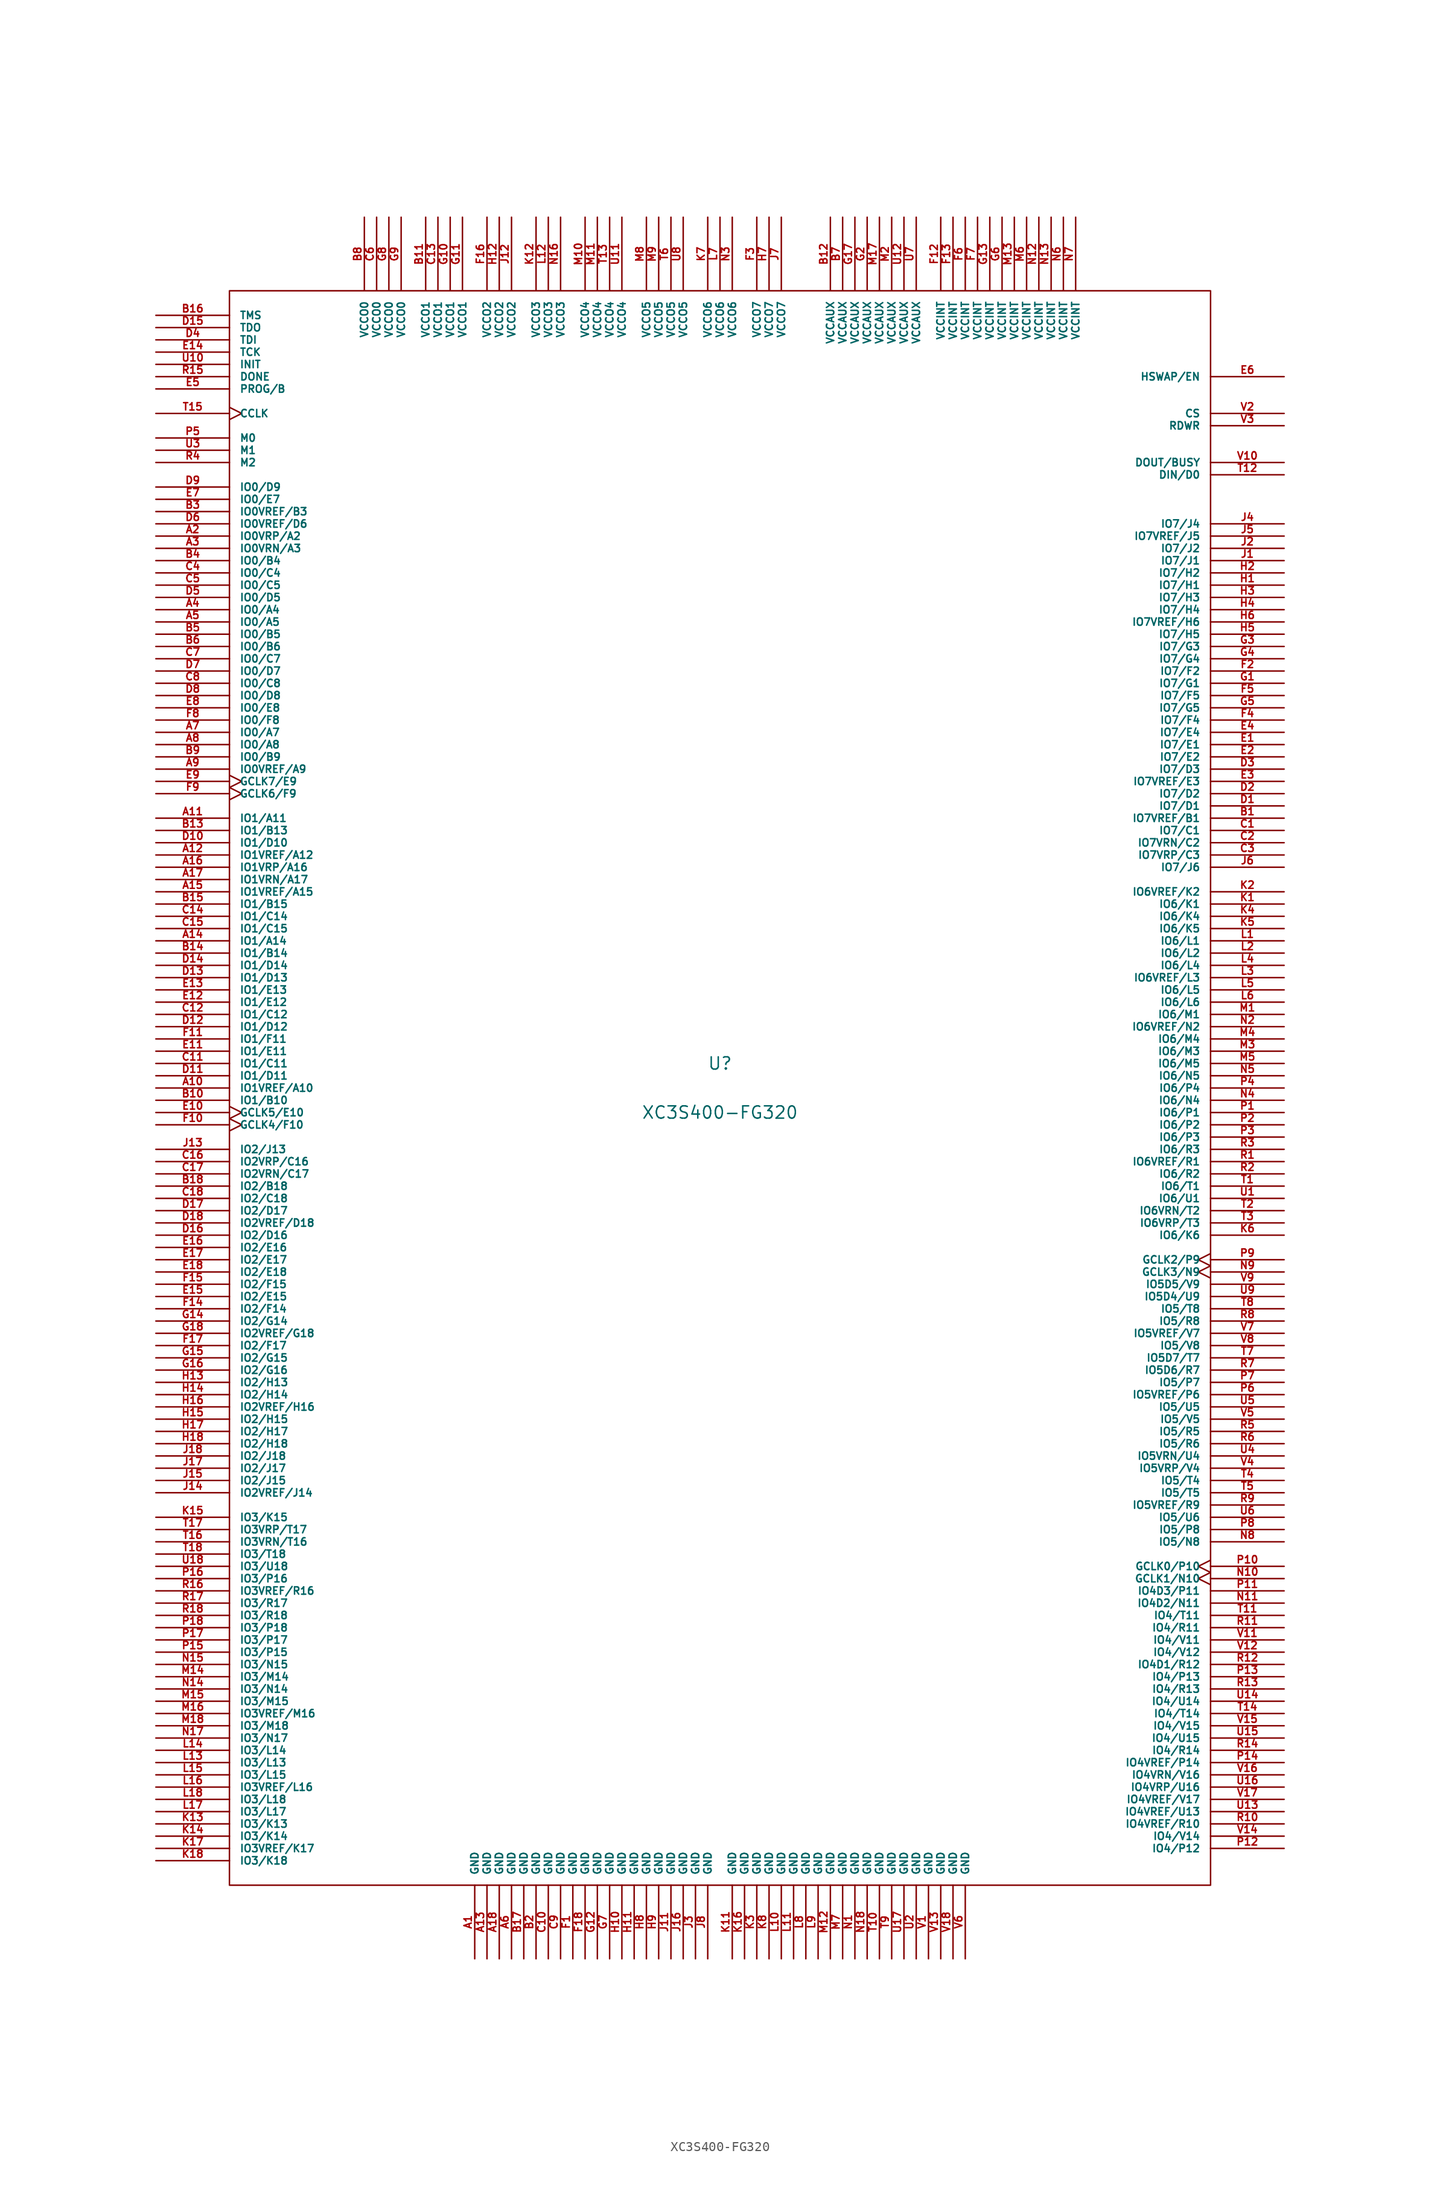
<source format=kicad_sym>
(kicad_symbol_lib
  (version 20201005)
  (generator kicad_symbol_editor)
  (symbol "XC3S400-FG320"
    (pin_names
      (offset 1.016))
    (property "Reference" "U"
      (at 0 2.54 0)
      (effects (font (size 1.27 1.27))))
    (property "Value" "XC3S400-FG320"
      (at 0 -2.54 0)
      (effects (font (size 1.27 1.27))))
    (symbol "XC3S400-FG320_0_1"
      (rectangle (start -50.8 -82.55) (end 50.8 82.55) (stroke (width 0)) (fill (type none))))
    (symbol "XC3S400-FG320_1_1"
      (pin power_in line (at -25.4 -90.17 90) (length 7.62) (name "GND" (effects (font (size 0.762 0.762)))) (number "A1" (effects (font (size 0.762 0.762)))))
      (pin bidirectional line (at -58.42 0 0) (length 7.62) (name "IO1VREF/A10" (effects (font (size 0.762 0.762)))) (number "A10" (effects (font (size 0.762 0.762)))))
      (pin bidirectional line (at -58.42 27.94 0) (length 7.62) (name "IO1/A11" (effects (font (size 0.762 0.762)))) (number "A11" (effects (font (size 0.762 0.762)))))
      (pin bidirectional line (at -58.42 24.13 0) (length 7.62) (name "IO1VREF/A12" (effects (font (size 0.762 0.762)))) (number "A12" (effects (font (size 0.762 0.762)))))
      (pin power_in line (at -24.13 -90.17 90) (length 7.62) (name "GND" (effects (font (size 0.762 0.762)))) (number "A13" (effects (font (size 0.762 0.762)))))
      (pin bidirectional line (at -58.42 15.24 0) (length 7.62) (name "IO1/A14" (effects (font (size 0.762 0.762)))) (number "A14" (effects (font (size 0.762 0.762)))))
      (pin bidirectional line (at -58.42 20.32 0) (length 7.62) (name "IO1VREF/A15" (effects (font (size 0.762 0.762)))) (number "A15" (effects (font (size 0.762 0.762)))))
      (pin bidirectional line (at -58.42 22.86 0) (length 7.62) (name "IO1VRP/A16" (effects (font (size 0.762 0.762)))) (number "A16" (effects (font (size 0.762 0.762)))))
      (pin bidirectional line (at -58.42 21.59 0) (length 7.62) (name "IO1VRN/A17" (effects (font (size 0.762 0.762)))) (number "A17" (effects (font (size 0.762 0.762)))))
      (pin power_in line (at -22.86 -90.17 90) (length 7.62) (name "GND" (effects (font (size 0.762 0.762)))) (number "A18" (effects (font (size 0.762 0.762)))))
      (pin bidirectional line (at -58.42 57.15 0) (length 7.62) (name "IO0VRP/A2" (effects (font (size 0.762 0.762)))) (number "A2" (effects (font (size 0.762 0.762)))))
      (pin bidirectional line (at -58.42 55.88 0) (length 7.62) (name "IO0VRN/A3" (effects (font (size 0.762 0.762)))) (number "A3" (effects (font (size 0.762 0.762)))))
      (pin bidirectional line (at -58.42 49.53 0) (length 7.62) (name "IO0/A4" (effects (font (size 0.762 0.762)))) (number "A4" (effects (font (size 0.762 0.762)))))
      (pin bidirectional line (at -58.42 48.26 0) (length 7.62) (name "IO0/A5" (effects (font (size 0.762 0.762)))) (number "A5" (effects (font (size 0.762 0.762)))))
      (pin power_in line (at -21.59 -90.17 90) (length 7.62) (name "GND" (effects (font (size 0.762 0.762)))) (number "A6" (effects (font (size 0.762 0.762)))))
      (pin bidirectional line (at -58.42 36.83 0) (length 7.62) (name "IO0/A7" (effects (font (size 0.762 0.762)))) (number "A7" (effects (font (size 0.762 0.762)))))
      (pin bidirectional line (at -58.42 35.56 0) (length 7.62) (name "IO0/A8" (effects (font (size 0.762 0.762)))) (number "A8" (effects (font (size 0.762 0.762)))))
      (pin bidirectional line (at -58.42 33.02 0) (length 7.62) (name "IO0VREF/A9" (effects (font (size 0.762 0.762)))) (number "A9" (effects (font (size 0.762 0.762)))))
      (pin bidirectional line (at 58.42 27.94 180) (length 7.62) (name "IO7VREF/B1" (effects (font (size 0.762 0.762)))) (number "B1" (effects (font (size 0.762 0.762)))))
      (pin bidirectional line (at -58.42 -1.27 0) (length 7.62) (name "IO1/B10" (effects (font (size 0.762 0.762)))) (number "B10" (effects (font (size 0.762 0.762)))))
      (pin power_in line (at -30.48 90.17 270) (length 7.62) (name "VCCO1" (effects (font (size 0.762 0.762)))) (number "B11" (effects (font (size 0.762 0.762)))))
      (pin power_in line (at 11.43 90.17 270) (length 7.62) (name "VCCAUX" (effects (font (size 0.762 0.762)))) (number "B12" (effects (font (size 0.762 0.762)))))
      (pin bidirectional line (at -58.42 26.67 0) (length 7.62) (name "IO1/B13" (effects (font (size 0.762 0.762)))) (number "B13" (effects (font (size 0.762 0.762)))))
      (pin bidirectional line (at -58.42 13.97 0) (length 7.62) (name "IO1/B14" (effects (font (size 0.762 0.762)))) (number "B14" (effects (font (size 0.762 0.762)))))
      (pin bidirectional line (at -58.42 19.05 0) (length 7.62) (name "IO1/B15" (effects (font (size 0.762 0.762)))) (number "B15" (effects (font (size 0.762 0.762)))))
      (pin input line (at -58.42 80.01 0) (length 7.62) (name "TMS" (effects (font (size 0.762 0.762)))) (number "B16" (effects (font (size 0.762 0.762)))))
      (pin power_in line (at -20.32 -90.17 90) (length 7.62) (name "GND" (effects (font (size 0.762 0.762)))) (number "B17" (effects (font (size 0.762 0.762)))))
      (pin bidirectional line (at -58.42 -10.16 0) (length 7.62) (name "IO2/B18" (effects (font (size 0.762 0.762)))) (number "B18" (effects (font (size 0.762 0.762)))))
      (pin power_in line (at -19.05 -90.17 90) (length 7.62) (name "GND" (effects (font (size 0.762 0.762)))) (number "B2" (effects (font (size 0.762 0.762)))))
      (pin bidirectional line (at -58.42 59.69 0) (length 7.62) (name "IO0VREF/B3" (effects (font (size 0.762 0.762)))) (number "B3" (effects (font (size 0.762 0.762)))))
      (pin bidirectional line (at -58.42 54.61 0) (length 7.62) (name "IO0/B4" (effects (font (size 0.762 0.762)))) (number "B4" (effects (font (size 0.762 0.762)))))
      (pin bidirectional line (at -58.42 46.99 0) (length 7.62) (name "IO0/B5" (effects (font (size 0.762 0.762)))) (number "B5" (effects (font (size 0.762 0.762)))))
      (pin bidirectional line (at -58.42 45.72 0) (length 7.62) (name "IO0/B6" (effects (font (size 0.762 0.762)))) (number "B6" (effects (font (size 0.762 0.762)))))
      (pin power_in line (at 12.7 90.17 270) (length 7.62) (name "VCCAUX" (effects (font (size 0.762 0.762)))) (number "B7" (effects (font (size 0.762 0.762)))))
      (pin power_in line (at -36.83 90.17 270) (length 7.62) (name "VCCO0" (effects (font (size 0.762 0.762)))) (number "B8" (effects (font (size 0.762 0.762)))))
      (pin bidirectional line (at -58.42 34.29 0) (length 7.62) (name "IO0/B9" (effects (font (size 0.762 0.762)))) (number "B9" (effects (font (size 0.762 0.762)))))
      (pin bidirectional line (at 58.42 26.67 180) (length 7.62) (name "IO7/C1" (effects (font (size 0.762 0.762)))) (number "C1" (effects (font (size 0.762 0.762)))))
      (pin power_in line (at -17.78 -90.17 90) (length 7.62) (name "GND" (effects (font (size 0.762 0.762)))) (number "C10" (effects (font (size 0.762 0.762)))))
      (pin bidirectional line (at -58.42 2.54 0) (length 7.62) (name "IO1/C11" (effects (font (size 0.762 0.762)))) (number "C11" (effects (font (size 0.762 0.762)))))
      (pin bidirectional line (at -58.42 7.62 0) (length 7.62) (name "IO1/C12" (effects (font (size 0.762 0.762)))) (number "C12" (effects (font (size 0.762 0.762)))))
      (pin power_in line (at -29.21 90.17 270) (length 7.62) (name "VCCO1" (effects (font (size 0.762 0.762)))) (number "C13" (effects (font (size 0.762 0.762)))))
      (pin bidirectional line (at -58.42 17.78 0) (length 7.62) (name "IO1/C14" (effects (font (size 0.762 0.762)))) (number "C14" (effects (font (size 0.762 0.762)))))
      (pin bidirectional line (at -58.42 16.51 0) (length 7.62) (name "IO1/C15" (effects (font (size 0.762 0.762)))) (number "C15" (effects (font (size 0.762 0.762)))))
      (pin bidirectional line (at -58.42 -7.62 0) (length 7.62) (name "IO2VRP/C16" (effects (font (size 0.762 0.762)))) (number "C16" (effects (font (size 0.762 0.762)))))
      (pin bidirectional line (at -58.42 -8.89 0) (length 7.62) (name "IO2VRN/C17" (effects (font (size 0.762 0.762)))) (number "C17" (effects (font (size 0.762 0.762)))))
      (pin bidirectional line (at -58.42 -11.43 0) (length 7.62) (name "IO2/C18" (effects (font (size 0.762 0.762)))) (number "C18" (effects (font (size 0.762 0.762)))))
      (pin bidirectional line (at 58.42 25.4 180) (length 7.62) (name "IO7VRN/C2" (effects (font (size 0.762 0.762)))) (number "C2" (effects (font (size 0.762 0.762)))))
      (pin bidirectional line (at 58.42 24.13 180) (length 7.62) (name "IO7VRP/C3" (effects (font (size 0.762 0.762)))) (number "C3" (effects (font (size 0.762 0.762)))))
      (pin bidirectional line (at -58.42 53.34 0) (length 7.62) (name "IO0/C4" (effects (font (size 0.762 0.762)))) (number "C4" (effects (font (size 0.762 0.762)))))
      (pin bidirectional line (at -58.42 52.07 0) (length 7.62) (name "IO0/C5" (effects (font (size 0.762 0.762)))) (number "C5" (effects (font (size 0.762 0.762)))))
      (pin power_in line (at -35.56 90.17 270) (length 7.62) (name "VCCO0" (effects (font (size 0.762 0.762)))) (number "C6" (effects (font (size 0.762 0.762)))))
      (pin bidirectional line (at -58.42 44.45 0) (length 7.62) (name "IO0/C7" (effects (font (size 0.762 0.762)))) (number "C7" (effects (font (size 0.762 0.762)))))
      (pin bidirectional line (at -58.42 41.91 0) (length 7.62) (name "IO0/C8" (effects (font (size 0.762 0.762)))) (number "C8" (effects (font (size 0.762 0.762)))))
      (pin power_in line (at -16.51 -90.17 90) (length 7.62) (name "GND" (effects (font (size 0.762 0.762)))) (number "C9" (effects (font (size 0.762 0.762)))))
      (pin bidirectional line (at 58.42 29.21 180) (length 7.62) (name "IO7/D1" (effects (font (size 0.762 0.762)))) (number "D1" (effects (font (size 0.762 0.762)))))
      (pin bidirectional line (at -58.42 25.4 0) (length 7.62) (name "IO1/D10" (effects (font (size 0.762 0.762)))) (number "D10" (effects (font (size 0.762 0.762)))))
      (pin bidirectional line (at -58.42 1.27 0) (length 7.62) (name "IO1/D11" (effects (font (size 0.762 0.762)))) (number "D11" (effects (font (size 0.762 0.762)))))
      (pin bidirectional line (at -58.42 6.35 0) (length 7.62) (name "IO1/D12" (effects (font (size 0.762 0.762)))) (number "D12" (effects (font (size 0.762 0.762)))))
      (pin bidirectional line (at -58.42 11.43 0) (length 7.62) (name "IO1/D13" (effects (font (size 0.762 0.762)))) (number "D13" (effects (font (size 0.762 0.762)))))
      (pin bidirectional line (at -58.42 12.7 0) (length 7.62) (name "IO1/D14" (effects (font (size 0.762 0.762)))) (number "D14" (effects (font (size 0.762 0.762)))))
      (pin output line (at -58.42 78.74 0) (length 7.62) (name "TDO" (effects (font (size 0.762 0.762)))) (number "D15" (effects (font (size 0.762 0.762)))))
      (pin bidirectional line (at -58.42 -15.24 0) (length 7.62) (name "IO2/D16" (effects (font (size 0.762 0.762)))) (number "D16" (effects (font (size 0.762 0.762)))))
      (pin bidirectional line (at -58.42 -12.7 0) (length 7.62) (name "IO2/D17" (effects (font (size 0.762 0.762)))) (number "D17" (effects (font (size 0.762 0.762)))))
      (pin bidirectional line (at -58.42 -13.97 0) (length 7.62) (name "IO2VREF/D18" (effects (font (size 0.762 0.762)))) (number "D18" (effects (font (size 0.762 0.762)))))
      (pin bidirectional line (at 58.42 30.48 180) (length 7.62) (name "IO7/D2" (effects (font (size 0.762 0.762)))) (number "D2" (effects (font (size 0.762 0.762)))))
      (pin bidirectional line (at 58.42 33.02 180) (length 7.62) (name "IO7/D3" (effects (font (size 0.762 0.762)))) (number "D3" (effects (font (size 0.762 0.762)))))
      (pin input line (at -58.42 77.47 0) (length 7.62) (name "TDI" (effects (font (size 0.762 0.762)))) (number "D4" (effects (font (size 0.762 0.762)))))
      (pin bidirectional line (at -58.42 50.8 0) (length 7.62) (name "IO0/D5" (effects (font (size 0.762 0.762)))) (number "D5" (effects (font (size 0.762 0.762)))))
      (pin bidirectional line (at -58.42 58.42 0) (length 7.62) (name "IO0VREF/D6" (effects (font (size 0.762 0.762)))) (number "D6" (effects (font (size 0.762 0.762)))))
      (pin bidirectional line (at -58.42 43.18 0) (length 7.62) (name "IO0/D7" (effects (font (size 0.762 0.762)))) (number "D7" (effects (font (size 0.762 0.762)))))
      (pin bidirectional line (at -58.42 40.64 0) (length 7.62) (name "IO0/D8" (effects (font (size 0.762 0.762)))) (number "D8" (effects (font (size 0.762 0.762)))))
      (pin bidirectional line (at -58.42 62.23 0) (length 7.62) (name "IO0/D9" (effects (font (size 0.762 0.762)))) (number "D9" (effects (font (size 0.762 0.762)))))
      (pin bidirectional line (at 58.42 35.56 180) (length 7.62) (name "IO7/E1" (effects (font (size 0.762 0.762)))) (number "E1" (effects (font (size 0.762 0.762)))))
      (pin input clock (at -58.42 -2.54 0) (length 7.62) (name "GCLK5/E10" (effects (font (size 0.762 0.762)))) (number "E10" (effects (font (size 0.762 0.762)))))
      (pin bidirectional line (at -58.42 3.81 0) (length 7.62) (name "IO1/E11" (effects (font (size 0.762 0.762)))) (number "E11" (effects (font (size 0.762 0.762)))))
      (pin bidirectional line (at -58.42 8.89 0) (length 7.62) (name "IO1/E12" (effects (font (size 0.762 0.762)))) (number "E12" (effects (font (size 0.762 0.762)))))
      (pin bidirectional line (at -58.42 10.16 0) (length 7.62) (name "IO1/E13" (effects (font (size 0.762 0.762)))) (number "E13" (effects (font (size 0.762 0.762)))))
      (pin input line (at -58.42 76.2 0) (length 7.62) (name "TCK" (effects (font (size 0.762 0.762)))) (number "E14" (effects (font (size 0.762 0.762)))))
      (pin bidirectional line (at -58.42 -21.59 0) (length 7.62) (name "IO2/E15" (effects (font (size 0.762 0.762)))) (number "E15" (effects (font (size 0.762 0.762)))))
      (pin bidirectional line (at -58.42 -16.51 0) (length 7.62) (name "IO2/E16" (effects (font (size 0.762 0.762)))) (number "E16" (effects (font (size 0.762 0.762)))))
      (pin bidirectional line (at -58.42 -17.78 0) (length 7.62) (name "IO2/E17" (effects (font (size 0.762 0.762)))) (number "E17" (effects (font (size 0.762 0.762)))))
      (pin bidirectional line (at -58.42 -19.05 0) (length 7.62) (name "IO2/E18" (effects (font (size 0.762 0.762)))) (number "E18" (effects (font (size 0.762 0.762)))))
      (pin bidirectional line (at 58.42 34.29 180) (length 7.62) (name "IO7/E2" (effects (font (size 0.762 0.762)))) (number "E2" (effects (font (size 0.762 0.762)))))
      (pin bidirectional line (at 58.42 31.75 180) (length 7.62) (name "IO7VREF/E3" (effects (font (size 0.762 0.762)))) (number "E3" (effects (font (size 0.762 0.762)))))
      (pin bidirectional line (at 58.42 36.83 180) (length 7.62) (name "IO7/E4" (effects (font (size 0.762 0.762)))) (number "E4" (effects (font (size 0.762 0.762)))))
      (pin input line (at -58.42 72.39 0) (length 7.62) (name "PROG/B" (effects (font (size 0.762 0.762)))) (number "E5" (effects (font (size 0.762 0.762)))))
      (pin input line (at 58.42 73.66 180) (length 7.62) (name "HSWAP/EN" (effects (font (size 0.762 0.762)))) (number "E6" (effects (font (size 0.762 0.762)))))
      (pin bidirectional line (at -58.42 60.96 0) (length 7.62) (name "IO0/E7" (effects (font (size 0.762 0.762)))) (number "E7" (effects (font (size 0.762 0.762)))))
      (pin bidirectional line (at -58.42 39.37 0) (length 7.62) (name "IO0/E8" (effects (font (size 0.762 0.762)))) (number "E8" (effects (font (size 0.762 0.762)))))
      (pin input clock (at -58.42 31.75 0) (length 7.62) (name "GCLK7/E9" (effects (font (size 0.762 0.762)))) (number "E9" (effects (font (size 0.762 0.762)))))
      (pin power_in line (at -15.24 -90.17 90) (length 7.62) (name "GND" (effects (font (size 0.762 0.762)))) (number "F1" (effects (font (size 0.762 0.762)))))
      (pin input clock (at -58.42 -3.81 0) (length 7.62) (name "GCLK4/F10" (effects (font (size 0.762 0.762)))) (number "F10" (effects (font (size 0.762 0.762)))))
      (pin bidirectional line (at -58.42 5.08 0) (length 7.62) (name "IO1/F11" (effects (font (size 0.762 0.762)))) (number "F11" (effects (font (size 0.762 0.762)))))
      (pin power_in line (at 22.86 90.17 270) (length 7.62) (name "VCCINT" (effects (font (size 0.762 0.762)))) (number "F12" (effects (font (size 0.762 0.762)))))
      (pin power_in line (at 24.13 90.17 270) (length 7.62) (name "VCCINT" (effects (font (size 0.762 0.762)))) (number "F13" (effects (font (size 0.762 0.762)))))
      (pin bidirectional line (at -58.42 -22.86 0) (length 7.62) (name "IO2/F14" (effects (font (size 0.762 0.762)))) (number "F14" (effects (font (size 0.762 0.762)))))
      (pin bidirectional line (at -58.42 -20.32 0) (length 7.62) (name "IO2/F15" (effects (font (size 0.762 0.762)))) (number "F15" (effects (font (size 0.762 0.762)))))
      (pin power_in line (at -24.13 90.17 270) (length 7.62) (name "VCCO2" (effects (font (size 0.762 0.762)))) (number "F16" (effects (font (size 0.762 0.762)))))
      (pin bidirectional line (at -58.42 -26.67 0) (length 7.62) (name "IO2/F17" (effects (font (size 0.762 0.762)))) (number "F17" (effects (font (size 0.762 0.762)))))
      (pin power_in line (at -13.97 -90.17 90) (length 7.62) (name "GND" (effects (font (size 0.762 0.762)))) (number "F18" (effects (font (size 0.762 0.762)))))
      (pin bidirectional line (at 58.42 43.18 180) (length 7.62) (name "IO7/F2" (effects (font (size 0.762 0.762)))) (number "F2" (effects (font (size 0.762 0.762)))))
      (pin power_in line (at 3.81 90.17 270) (length 7.62) (name "VCCO7" (effects (font (size 0.762 0.762)))) (number "F3" (effects (font (size 0.762 0.762)))))
      (pin bidirectional line (at 58.42 38.1 180) (length 7.62) (name "IO7/F4" (effects (font (size 0.762 0.762)))) (number "F4" (effects (font (size 0.762 0.762)))))
      (pin bidirectional line (at 58.42 40.64 180) (length 7.62) (name "IO7/F5" (effects (font (size 0.762 0.762)))) (number "F5" (effects (font (size 0.762 0.762)))))
      (pin power_in line (at 25.4 90.17 270) (length 7.62) (name "VCCINT" (effects (font (size 0.762 0.762)))) (number "F6" (effects (font (size 0.762 0.762)))))
      (pin power_in line (at 26.67 90.17 270) (length 7.62) (name "VCCINT" (effects (font (size 0.762 0.762)))) (number "F7" (effects (font (size 0.762 0.762)))))
      (pin bidirectional line (at -58.42 38.1 0) (length 7.62) (name "IO0/F8" (effects (font (size 0.762 0.762)))) (number "F8" (effects (font (size 0.762 0.762)))))
      (pin input clock (at -58.42 30.48 0) (length 7.62) (name "GCLK6/F9" (effects (font (size 0.762 0.762)))) (number "F9" (effects (font (size 0.762 0.762)))))
      (pin bidirectional line (at 58.42 41.91 180) (length 7.62) (name "IO7/G1" (effects (font (size 0.762 0.762)))) (number "G1" (effects (font (size 0.762 0.762)))))
      (pin power_in line (at -27.94 90.17 270) (length 7.62) (name "VCCO1" (effects (font (size 0.762 0.762)))) (number "G10" (effects (font (size 0.762 0.762)))))
      (pin power_in line (at -26.67 90.17 270) (length 7.62) (name "VCCO1" (effects (font (size 0.762 0.762)))) (number "G11" (effects (font (size 0.762 0.762)))))
      (pin power_in line (at -12.7 -90.17 90) (length 7.62) (name "GND" (effects (font (size 0.762 0.762)))) (number "G12" (effects (font (size 0.762 0.762)))))
      (pin power_in line (at 27.94 90.17 270) (length 7.62) (name "VCCINT" (effects (font (size 0.762 0.762)))) (number "G13" (effects (font (size 0.762 0.762)))))
      (pin bidirectional line (at -58.42 -24.13 0) (length 7.62) (name "IO2/G14" (effects (font (size 0.762 0.762)))) (number "G14" (effects (font (size 0.762 0.762)))))
      (pin bidirectional line (at -58.42 -27.94 0) (length 7.62) (name "IO2/G15" (effects (font (size 0.762 0.762)))) (number "G15" (effects (font (size 0.762 0.762)))))
      (pin bidirectional line (at -58.42 -29.21 0) (length 7.62) (name "IO2/G16" (effects (font (size 0.762 0.762)))) (number "G16" (effects (font (size 0.762 0.762)))))
      (pin power_in line (at 13.97 90.17 270) (length 7.62) (name "VCCAUX" (effects (font (size 0.762 0.762)))) (number "G17" (effects (font (size 0.762 0.762)))))
      (pin bidirectional line (at -58.42 -25.4 0) (length 7.62) (name "IO2VREF/G18" (effects (font (size 0.762 0.762)))) (number "G18" (effects (font (size 0.762 0.762)))))
      (pin power_in line (at 15.24 90.17 270) (length 7.62) (name "VCCAUX" (effects (font (size 0.762 0.762)))) (number "G2" (effects (font (size 0.762 0.762)))))
      (pin bidirectional line (at 58.42 45.72 180) (length 7.62) (name "IO7/G3" (effects (font (size 0.762 0.762)))) (number "G3" (effects (font (size 0.762 0.762)))))
      (pin bidirectional line (at 58.42 44.45 180) (length 7.62) (name "IO7/G4" (effects (font (size 0.762 0.762)))) (number "G4" (effects (font (size 0.762 0.762)))))
      (pin bidirectional line (at 58.42 39.37 180) (length 7.62) (name "IO7/G5" (effects (font (size 0.762 0.762)))) (number "G5" (effects (font (size 0.762 0.762)))))
      (pin power_in line (at 29.21 90.17 270) (length 7.62) (name "VCCINT" (effects (font (size 0.762 0.762)))) (number "G6" (effects (font (size 0.762 0.762)))))
      (pin power_in line (at -11.43 -90.17 90) (length 7.62) (name "GND" (effects (font (size 0.762 0.762)))) (number "G7" (effects (font (size 0.762 0.762)))))
      (pin power_in line (at -34.29 90.17 270) (length 7.62) (name "VCCO0" (effects (font (size 0.762 0.762)))) (number "G8" (effects (font (size 0.762 0.762)))))
      (pin power_in line (at -33.02 90.17 270) (length 7.62) (name "VCCO0" (effects (font (size 0.762 0.762)))) (number "G9" (effects (font (size 0.762 0.762)))))
      (pin bidirectional line (at 58.42 52.07 180) (length 7.62) (name "IO7/H1" (effects (font (size 0.762 0.762)))) (number "H1" (effects (font (size 0.762 0.762)))))
      (pin power_in line (at -10.16 -90.17 90) (length 7.62) (name "GND" (effects (font (size 0.762 0.762)))) (number "H10" (effects (font (size 0.762 0.762)))))
      (pin power_in line (at -8.89 -90.17 90) (length 7.62) (name "GND" (effects (font (size 0.762 0.762)))) (number "H11" (effects (font (size 0.762 0.762)))))
      (pin power_in line (at -22.86 90.17 270) (length 7.62) (name "VCCO2" (effects (font (size 0.762 0.762)))) (number "H12" (effects (font (size 0.762 0.762)))))
      (pin bidirectional line (at -58.42 -30.48 0) (length 7.62) (name "IO2/H13" (effects (font (size 0.762 0.762)))) (number "H13" (effects (font (size 0.762 0.762)))))
      (pin bidirectional line (at -58.42 -31.75 0) (length 7.62) (name "IO2/H14" (effects (font (size 0.762 0.762)))) (number "H14" (effects (font (size 0.762 0.762)))))
      (pin bidirectional line (at -58.42 -34.29 0) (length 7.62) (name "IO2/H15" (effects (font (size 0.762 0.762)))) (number "H15" (effects (font (size 0.762 0.762)))))
      (pin bidirectional line (at -58.42 -33.02 0) (length 7.62) (name "IO2VREF/H16" (effects (font (size 0.762 0.762)))) (number "H16" (effects (font (size 0.762 0.762)))))
      (pin bidirectional line (at -58.42 -35.56 0) (length 7.62) (name "IO2/H17" (effects (font (size 0.762 0.762)))) (number "H17" (effects (font (size 0.762 0.762)))))
      (pin bidirectional line (at -58.42 -36.83 0) (length 7.62) (name "IO2/H18" (effects (font (size 0.762 0.762)))) (number "H18" (effects (font (size 0.762 0.762)))))
      (pin bidirectional line (at 58.42 53.34 180) (length 7.62) (name "IO7/H2" (effects (font (size 0.762 0.762)))) (number "H2" (effects (font (size 0.762 0.762)))))
      (pin bidirectional line (at 58.42 50.8 180) (length 7.62) (name "IO7/H3" (effects (font (size 0.762 0.762)))) (number "H3" (effects (font (size 0.762 0.762)))))
      (pin bidirectional line (at 58.42 49.53 180) (length 7.62) (name "IO7/H4" (effects (font (size 0.762 0.762)))) (number "H4" (effects (font (size 0.762 0.762)))))
      (pin bidirectional line (at 58.42 46.99 180) (length 7.62) (name "IO7/H5" (effects (font (size 0.762 0.762)))) (number "H5" (effects (font (size 0.762 0.762)))))
      (pin bidirectional line (at 58.42 48.26 180) (length 7.62) (name "IO7VREF/H6" (effects (font (size 0.762 0.762)))) (number "H6" (effects (font (size 0.762 0.762)))))
      (pin power_in line (at 5.08 90.17 270) (length 7.62) (name "VCCO7" (effects (font (size 0.762 0.762)))) (number "H7" (effects (font (size 0.762 0.762)))))
      (pin power_in line (at -7.62 -90.17 90) (length 7.62) (name "GND" (effects (font (size 0.762 0.762)))) (number "H8" (effects (font (size 0.762 0.762)))))
      (pin power_in line (at -6.35 -90.17 90) (length 7.62) (name "GND" (effects (font (size 0.762 0.762)))) (number "H9" (effects (font (size 0.762 0.762)))))
      (pin bidirectional line (at 58.42 54.61 180) (length 7.62) (name "IO7/J1" (effects (font (size 0.762 0.762)))) (number "J1" (effects (font (size 0.762 0.762)))))
      (pin power_in line (at -5.08 -90.17 90) (length 7.62) (name "GND" (effects (font (size 0.762 0.762)))) (number "J11" (effects (font (size 0.762 0.762)))))
      (pin power_in line (at -21.59 90.17 270) (length 7.62) (name "VCCO2" (effects (font (size 0.762 0.762)))) (number "J12" (effects (font (size 0.762 0.762)))))
      (pin bidirectional line (at -58.42 -6.35 0) (length 7.62) (name "IO2/J13" (effects (font (size 0.762 0.762)))) (number "J13" (effects (font (size 0.762 0.762)))))
      (pin bidirectional line (at -58.42 -41.91 0) (length 7.62) (name "IO2VREF/J14" (effects (font (size 0.762 0.762)))) (number "J14" (effects (font (size 0.762 0.762)))))
      (pin bidirectional line (at -58.42 -40.64 0) (length 7.62) (name "IO2/J15" (effects (font (size 0.762 0.762)))) (number "J15" (effects (font (size 0.762 0.762)))))
      (pin power_in line (at -3.81 -90.17 90) (length 7.62) (name "GND" (effects (font (size 0.762 0.762)))) (number "J16" (effects (font (size 0.762 0.762)))))
      (pin bidirectional line (at -58.42 -39.37 0) (length 7.62) (name "IO2/J17" (effects (font (size 0.762 0.762)))) (number "J17" (effects (font (size 0.762 0.762)))))
      (pin bidirectional line (at -58.42 -38.1 0) (length 7.62) (name "IO2/J18" (effects (font (size 0.762 0.762)))) (number "J18" (effects (font (size 0.762 0.762)))))
      (pin bidirectional line (at 58.42 55.88 180) (length 7.62) (name "IO7/J2" (effects (font (size 0.762 0.762)))) (number "J2" (effects (font (size 0.762 0.762)))))
      (pin power_in line (at -2.54 -90.17 90) (length 7.62) (name "GND" (effects (font (size 0.762 0.762)))) (number "J3" (effects (font (size 0.762 0.762)))))
      (pin bidirectional line (at 58.42 58.42 180) (length 7.62) (name "IO7/J4" (effects (font (size 0.762 0.762)))) (number "J4" (effects (font (size 0.762 0.762)))))
      (pin bidirectional line (at 58.42 57.15 180) (length 7.62) (name "IO7VREF/J5" (effects (font (size 0.762 0.762)))) (number "J5" (effects (font (size 0.762 0.762)))))
      (pin bidirectional line (at 58.42 22.86 180) (length 7.62) (name "IO7/J6" (effects (font (size 0.762 0.762)))) (number "J6" (effects (font (size 0.762 0.762)))))
      (pin power_in line (at 6.35 90.17 270) (length 7.62) (name "VCCO7" (effects (font (size 0.762 0.762)))) (number "J7" (effects (font (size 0.762 0.762)))))
      (pin power_in line (at -1.27 -90.17 90) (length 7.62) (name "GND" (effects (font (size 0.762 0.762)))) (number "J8" (effects (font (size 0.762 0.762)))))
      (pin bidirectional line (at 58.42 19.05 180) (length 7.62) (name "IO6/K1" (effects (font (size 0.762 0.762)))) (number "K1" (effects (font (size 0.762 0.762)))))
      (pin power_in line (at 1.27 -90.17 90) (length 7.62) (name "GND" (effects (font (size 0.762 0.762)))) (number "K11" (effects (font (size 0.762 0.762)))))
      (pin power_in line (at -19.05 90.17 270) (length 7.62) (name "VCCO3" (effects (font (size 0.762 0.762)))) (number "K12" (effects (font (size 0.762 0.762)))))
      (pin bidirectional line (at -58.42 -76.2 0) (length 7.62) (name "IO3/K13" (effects (font (size 0.762 0.762)))) (number "K13" (effects (font (size 0.762 0.762)))))
      (pin bidirectional line (at -58.42 -77.47 0) (length 7.62) (name "IO3/K14" (effects (font (size 0.762 0.762)))) (number "K14" (effects (font (size 0.762 0.762)))))
      (pin bidirectional line (at -58.42 -44.45 0) (length 7.62) (name "IO3/K15" (effects (font (size 0.762 0.762)))) (number "K15" (effects (font (size 0.762 0.762)))))
      (pin power_in line (at 2.54 -90.17 90) (length 7.62) (name "GND" (effects (font (size 0.762 0.762)))) (number "K16" (effects (font (size 0.762 0.762)))))
      (pin bidirectional line (at -58.42 -78.74 0) (length 7.62) (name "IO3VREF/K17" (effects (font (size 0.762 0.762)))) (number "K17" (effects (font (size 0.762 0.762)))))
      (pin bidirectional line (at -58.42 -80.01 0) (length 7.62) (name "IO3/K18" (effects (font (size 0.762 0.762)))) (number "K18" (effects (font (size 0.762 0.762)))))
      (pin bidirectional line (at 58.42 20.32 180) (length 7.62) (name "IO6VREF/K2" (effects (font (size 0.762 0.762)))) (number "K2" (effects (font (size 0.762 0.762)))))
      (pin power_in line (at 3.81 -90.17 90) (length 7.62) (name "GND" (effects (font (size 0.762 0.762)))) (number "K3" (effects (font (size 0.762 0.762)))))
      (pin bidirectional line (at 58.42 17.78 180) (length 7.62) (name "IO6/K4" (effects (font (size 0.762 0.762)))) (number "K4" (effects (font (size 0.762 0.762)))))
      (pin bidirectional line (at 58.42 16.51 180) (length 7.62) (name "IO6/K5" (effects (font (size 0.762 0.762)))) (number "K5" (effects (font (size 0.762 0.762)))))
      (pin bidirectional line (at 58.42 -15.24 180) (length 7.62) (name "IO6/K6" (effects (font (size 0.762 0.762)))) (number "K6" (effects (font (size 0.762 0.762)))))
      (pin power_in line (at -1.27 90.17 270) (length 7.62) (name "VCCO6" (effects (font (size 0.762 0.762)))) (number "K7" (effects (font (size 0.762 0.762)))))
      (pin power_in line (at 5.08 -90.17 90) (length 7.62) (name "GND" (effects (font (size 0.762 0.762)))) (number "K8" (effects (font (size 0.762 0.762)))))
      (pin bidirectional line (at 58.42 15.24 180) (length 7.62) (name "IO6/L1" (effects (font (size 0.762 0.762)))) (number "L1" (effects (font (size 0.762 0.762)))))
      (pin power_in line (at 6.35 -90.17 90) (length 7.62) (name "GND" (effects (font (size 0.762 0.762)))) (number "L10" (effects (font (size 0.762 0.762)))))
      (pin power_in line (at 7.62 -90.17 90) (length 7.62) (name "GND" (effects (font (size 0.762 0.762)))) (number "L11" (effects (font (size 0.762 0.762)))))
      (pin power_in line (at -17.78 90.17 270) (length 7.62) (name "VCCO3" (effects (font (size 0.762 0.762)))) (number "L12" (effects (font (size 0.762 0.762)))))
      (pin bidirectional line (at -58.42 -69.85 0) (length 7.62) (name "IO3/L13" (effects (font (size 0.762 0.762)))) (number "L13" (effects (font (size 0.762 0.762)))))
      (pin bidirectional line (at -58.42 -68.58 0) (length 7.62) (name "IO3/L14" (effects (font (size 0.762 0.762)))) (number "L14" (effects (font (size 0.762 0.762)))))
      (pin bidirectional line (at -58.42 -71.12 0) (length 7.62) (name "IO3/L15" (effects (font (size 0.762 0.762)))) (number "L15" (effects (font (size 0.762 0.762)))))
      (pin bidirectional line (at -58.42 -72.39 0) (length 7.62) (name "IO3VREF/L16" (effects (font (size 0.762 0.762)))) (number "L16" (effects (font (size 0.762 0.762)))))
      (pin bidirectional line (at -58.42 -74.93 0) (length 7.62) (name "IO3/L17" (effects (font (size 0.762 0.762)))) (number "L17" (effects (font (size 0.762 0.762)))))
      (pin bidirectional line (at -58.42 -73.66 0) (length 7.62) (name "IO3/L18" (effects (font (size 0.762 0.762)))) (number "L18" (effects (font (size 0.762 0.762)))))
      (pin bidirectional line (at 58.42 13.97 180) (length 7.62) (name "IO6/L2" (effects (font (size 0.762 0.762)))) (number "L2" (effects (font (size 0.762 0.762)))))
      (pin bidirectional line (at 58.42 11.43 180) (length 7.62) (name "IO6VREF/L3" (effects (font (size 0.762 0.762)))) (number "L3" (effects (font (size 0.762 0.762)))))
      (pin bidirectional line (at 58.42 12.7 180) (length 7.62) (name "IO6/L4" (effects (font (size 0.762 0.762)))) (number "L4" (effects (font (size 0.762 0.762)))))
      (pin bidirectional line (at 58.42 10.16 180) (length 7.62) (name "IO6/L5" (effects (font (size 0.762 0.762)))) (number "L5" (effects (font (size 0.762 0.762)))))
      (pin bidirectional line (at 58.42 8.89 180) (length 7.62) (name "IO6/L6" (effects (font (size 0.762 0.762)))) (number "L6" (effects (font (size 0.762 0.762)))))
      (pin power_in line (at 0 90.17 270) (length 7.62) (name "VCCO6" (effects (font (size 0.762 0.762)))) (number "L7" (effects (font (size 0.762 0.762)))))
      (pin power_in line (at 8.89 -90.17 90) (length 7.62) (name "GND" (effects (font (size 0.762 0.762)))) (number "L8" (effects (font (size 0.762 0.762)))))
      (pin power_in line (at 10.16 -90.17 90) (length 7.62) (name "GND" (effects (font (size 0.762 0.762)))) (number "L9" (effects (font (size 0.762 0.762)))))
      (pin bidirectional line (at 58.42 7.62 180) (length 7.62) (name "IO6/M1" (effects (font (size 0.762 0.762)))) (number "M1" (effects (font (size 0.762 0.762)))))
      (pin power_in line (at -13.97 90.17 270) (length 7.62) (name "VCCO4" (effects (font (size 0.762 0.762)))) (number "M10" (effects (font (size 0.762 0.762)))))
      (pin power_in line (at -12.7 90.17 270) (length 7.62) (name "VCCO4" (effects (font (size 0.762 0.762)))) (number "M11" (effects (font (size 0.762 0.762)))))
      (pin power_in line (at 11.43 -90.17 90) (length 7.62) (name "GND" (effects (font (size 0.762 0.762)))) (number "M12" (effects (font (size 0.762 0.762)))))
      (pin power_in line (at 30.48 90.17 270) (length 7.62) (name "VCCINT" (effects (font (size 0.762 0.762)))) (number "M13" (effects (font (size 0.762 0.762)))))
      (pin bidirectional line (at -58.42 -60.96 0) (length 7.62) (name "IO3/M14" (effects (font (size 0.762 0.762)))) (number "M14" (effects (font (size 0.762 0.762)))))
      (pin bidirectional line (at -58.42 -63.5 0) (length 7.62) (name "IO3/M15" (effects (font (size 0.762 0.762)))) (number "M15" (effects (font (size 0.762 0.762)))))
      (pin bidirectional line (at -58.42 -64.77 0) (length 7.62) (name "IO3VREF/M16" (effects (font (size 0.762 0.762)))) (number "M16" (effects (font (size 0.762 0.762)))))
      (pin power_in line (at 16.51 90.17 270) (length 7.62) (name "VCCAUX" (effects (font (size 0.762 0.762)))) (number "M17" (effects (font (size 0.762 0.762)))))
      (pin bidirectional line (at -58.42 -66.04 0) (length 7.62) (name "IO3/M18" (effects (font (size 0.762 0.762)))) (number "M18" (effects (font (size 0.762 0.762)))))
      (pin power_in line (at 17.78 90.17 270) (length 7.62) (name "VCCAUX" (effects (font (size 0.762 0.762)))) (number "M2" (effects (font (size 0.762 0.762)))))
      (pin bidirectional line (at 58.42 3.81 180) (length 7.62) (name "IO6/M3" (effects (font (size 0.762 0.762)))) (number "M3" (effects (font (size 0.762 0.762)))))
      (pin bidirectional line (at 58.42 5.08 180) (length 7.62) (name "IO6/M4" (effects (font (size 0.762 0.762)))) (number "M4" (effects (font (size 0.762 0.762)))))
      (pin bidirectional line (at 58.42 2.54 180) (length 7.62) (name "IO6/M5" (effects (font (size 0.762 0.762)))) (number "M5" (effects (font (size 0.762 0.762)))))
      (pin power_in line (at 31.75 90.17 270) (length 7.62) (name "VCCINT" (effects (font (size 0.762 0.762)))) (number "M6" (effects (font (size 0.762 0.762)))))
      (pin power_in line (at 12.7 -90.17 90) (length 7.62) (name "GND" (effects (font (size 0.762 0.762)))) (number "M7" (effects (font (size 0.762 0.762)))))
      (pin power_in line (at -7.62 90.17 270) (length 7.62) (name "VCCO5" (effects (font (size 0.762 0.762)))) (number "M8" (effects (font (size 0.762 0.762)))))
      (pin power_in line (at -6.35 90.17 270) (length 7.62) (name "VCCO5" (effects (font (size 0.762 0.762)))) (number "M9" (effects (font (size 0.762 0.762)))))
      (pin power_in line (at 13.97 -90.17 90) (length 7.62) (name "GND" (effects (font (size 0.762 0.762)))) (number "N1" (effects (font (size 0.762 0.762)))))
      (pin input clock (at 58.42 -50.8 180) (length 7.62) (name "GCLK1/N10" (effects (font (size 0.762 0.762)))) (number "N10" (effects (font (size 0.762 0.762)))))
      (pin bidirectional line (at 58.42 -53.34 180) (length 7.62) (name "IO4D2/N11" (effects (font (size 0.762 0.762)))) (number "N11" (effects (font (size 0.762 0.762)))))
      (pin power_in line (at 33.02 90.17 270) (length 7.62) (name "VCCINT" (effects (font (size 0.762 0.762)))) (number "N12" (effects (font (size 0.762 0.762)))))
      (pin power_in line (at 34.29 90.17 270) (length 7.62) (name "VCCINT" (effects (font (size 0.762 0.762)))) (number "N13" (effects (font (size 0.762 0.762)))))
      (pin bidirectional line (at -58.42 -62.23 0) (length 7.62) (name "IO3/N14" (effects (font (size 0.762 0.762)))) (number "N14" (effects (font (size 0.762 0.762)))))
      (pin bidirectional line (at -58.42 -59.69 0) (length 7.62) (name "IO3/N15" (effects (font (size 0.762 0.762)))) (number "N15" (effects (font (size 0.762 0.762)))))
      (pin power_in line (at -16.51 90.17 270) (length 7.62) (name "VCCO3" (effects (font (size 0.762 0.762)))) (number "N16" (effects (font (size 0.762 0.762)))))
      (pin bidirectional line (at -58.42 -67.31 0) (length 7.62) (name "IO3/N17" (effects (font (size 0.762 0.762)))) (number "N17" (effects (font (size 0.762 0.762)))))
      (pin power_in line (at 15.24 -90.17 90) (length 7.62) (name "GND" (effects (font (size 0.762 0.762)))) (number "N18" (effects (font (size 0.762 0.762)))))
      (pin bidirectional line (at 58.42 6.35 180) (length 7.62) (name "IO6VREF/N2" (effects (font (size 0.762 0.762)))) (number "N2" (effects (font (size 0.762 0.762)))))
      (pin power_in line (at 1.27 90.17 270) (length 7.62) (name "VCCO6" (effects (font (size 0.762 0.762)))) (number "N3" (effects (font (size 0.762 0.762)))))
      (pin bidirectional line (at 58.42 -1.27 180) (length 7.62) (name "IO6/N4" (effects (font (size 0.762 0.762)))) (number "N4" (effects (font (size 0.762 0.762)))))
      (pin bidirectional line (at 58.42 1.27 180) (length 7.62) (name "IO6/N5" (effects (font (size 0.762 0.762)))) (number "N5" (effects (font (size 0.762 0.762)))))
      (pin power_in line (at 35.56 90.17 270) (length 7.62) (name "VCCINT" (effects (font (size 0.762 0.762)))) (number "N6" (effects (font (size 0.762 0.762)))))
      (pin power_in line (at 36.83 90.17 270) (length 7.62) (name "VCCINT" (effects (font (size 0.762 0.762)))) (number "N7" (effects (font (size 0.762 0.762)))))
      (pin bidirectional line (at 58.42 -46.99 180) (length 7.62) (name "IO5/N8" (effects (font (size 0.762 0.762)))) (number "N8" (effects (font (size 0.762 0.762)))))
      (pin input clock (at 58.42 -19.05 180) (length 7.62) (name "GCLK3/N9" (effects (font (size 0.762 0.762)))) (number "N9" (effects (font (size 0.762 0.762)))))
      (pin bidirectional line (at 58.42 -2.54 180) (length 7.62) (name "IO6/P1" (effects (font (size 0.762 0.762)))) (number "P1" (effects (font (size 0.762 0.762)))))
      (pin input clock (at 58.42 -49.53 180) (length 7.62) (name "GCLK0/P10" (effects (font (size 0.762 0.762)))) (number "P10" (effects (font (size 0.762 0.762)))))
      (pin bidirectional line (at 58.42 -52.07 180) (length 7.62) (name "IO4D3/P11" (effects (font (size 0.762 0.762)))) (number "P11" (effects (font (size 0.762 0.762)))))
      (pin bidirectional line (at 58.42 -78.74 180) (length 7.62) (name "IO4/P12" (effects (font (size 0.762 0.762)))) (number "P12" (effects (font (size 0.762 0.762)))))
      (pin bidirectional line (at 58.42 -60.96 180) (length 7.62) (name "IO4/P13" (effects (font (size 0.762 0.762)))) (number "P13" (effects (font (size 0.762 0.762)))))
      (pin bidirectional line (at 58.42 -69.85 180) (length 7.62) (name "IO4VREF/P14" (effects (font (size 0.762 0.762)))) (number "P14" (effects (font (size 0.762 0.762)))))
      (pin bidirectional line (at -58.42 -58.42 0) (length 7.62) (name "IO3/P15" (effects (font (size 0.762 0.762)))) (number "P15" (effects (font (size 0.762 0.762)))))
      (pin bidirectional line (at -58.42 -50.8 0) (length 7.62) (name "IO3/P16" (effects (font (size 0.762 0.762)))) (number "P16" (effects (font (size 0.762 0.762)))))
      (pin bidirectional line (at -58.42 -57.15 0) (length 7.62) (name "IO3/P17" (effects (font (size 0.762 0.762)))) (number "P17" (effects (font (size 0.762 0.762)))))
      (pin bidirectional line (at -58.42 -55.88 0) (length 7.62) (name "IO3/P18" (effects (font (size 0.762 0.762)))) (number "P18" (effects (font (size 0.762 0.762)))))
      (pin bidirectional line (at 58.42 -3.81 180) (length 7.62) (name "IO6/P2" (effects (font (size 0.762 0.762)))) (number "P2" (effects (font (size 0.762 0.762)))))
      (pin bidirectional line (at 58.42 -5.08 180) (length 7.62) (name "IO6/P3" (effects (font (size 0.762 0.762)))) (number "P3" (effects (font (size 0.762 0.762)))))
      (pin bidirectional line (at 58.42 0 180) (length 7.62) (name "IO6/P4" (effects (font (size 0.762 0.762)))) (number "P4" (effects (font (size 0.762 0.762)))))
      (pin input line (at -58.42 67.31 0) (length 7.62) (name "M0" (effects (font (size 0.762 0.762)))) (number "P5" (effects (font (size 0.762 0.762)))))
      (pin bidirectional line (at 58.42 -31.75 180) (length 7.62) (name "IO5VREF/P6" (effects (font (size 0.762 0.762)))) (number "P6" (effects (font (size 0.762 0.762)))))
      (pin bidirectional line (at 58.42 -30.48 180) (length 7.62) (name "IO5/P7" (effects (font (size 0.762 0.762)))) (number "P7" (effects (font (size 0.762 0.762)))))
      (pin bidirectional line (at 58.42 -45.72 180) (length 7.62) (name "IO5/P8" (effects (font (size 0.762 0.762)))) (number "P8" (effects (font (size 0.762 0.762)))))
      (pin input clock (at 58.42 -17.78 180) (length 7.62) (name "GCLK2/P9" (effects (font (size 0.762 0.762)))) (number "P9" (effects (font (size 0.762 0.762)))))
      (pin bidirectional line (at 58.42 -7.62 180) (length 7.62) (name "IO6VREF/R1" (effects (font (size 0.762 0.762)))) (number "R1" (effects (font (size 0.762 0.762)))))
      (pin bidirectional line (at 58.42 -76.2 180) (length 7.62) (name "IO4VREF/R10" (effects (font (size 0.762 0.762)))) (number "R10" (effects (font (size 0.762 0.762)))))
      (pin bidirectional line (at 58.42 -55.88 180) (length 7.62) (name "IO4/R11" (effects (font (size 0.762 0.762)))) (number "R11" (effects (font (size 0.762 0.762)))))
      (pin bidirectional line (at 58.42 -59.69 180) (length 7.62) (name "IO4D1/R12" (effects (font (size 0.762 0.762)))) (number "R12" (effects (font (size 0.762 0.762)))))
      (pin bidirectional line (at 58.42 -62.23 180) (length 7.62) (name "IO4/R13" (effects (font (size 0.762 0.762)))) (number "R13" (effects (font (size 0.762 0.762)))))
      (pin bidirectional line (at 58.42 -68.58 180) (length 7.62) (name "IO4/R14" (effects (font (size 0.762 0.762)))) (number "R14" (effects (font (size 0.762 0.762)))))
      (pin output line (at -58.42 73.66 0) (length 7.62) (name "DONE" (effects (font (size 0.762 0.762)))) (number "R15" (effects (font (size 0.762 0.762)))))
      (pin bidirectional line (at -58.42 -52.07 0) (length 7.62) (name "IO3VREF/R16" (effects (font (size 0.762 0.762)))) (number "R16" (effects (font (size 0.762 0.762)))))
      (pin bidirectional line (at -58.42 -53.34 0) (length 7.62) (name "IO3/R17" (effects (font (size 0.762 0.762)))) (number "R17" (effects (font (size 0.762 0.762)))))
      (pin bidirectional line (at -58.42 -54.61 0) (length 7.62) (name "IO3/R18" (effects (font (size 0.762 0.762)))) (number "R18" (effects (font (size 0.762 0.762)))))
      (pin bidirectional line (at 58.42 -8.89 180) (length 7.62) (name "IO6/R2" (effects (font (size 0.762 0.762)))) (number "R2" (effects (font (size 0.762 0.762)))))
      (pin bidirectional line (at 58.42 -6.35 180) (length 7.62) (name "IO6/R3" (effects (font (size 0.762 0.762)))) (number "R3" (effects (font (size 0.762 0.762)))))
      (pin input line (at -58.42 64.77 0) (length 7.62) (name "M2" (effects (font (size 0.762 0.762)))) (number "R4" (effects (font (size 0.762 0.762)))))
      (pin bidirectional line (at 58.42 -35.56 180) (length 7.62) (name "IO5/R5" (effects (font (size 0.762 0.762)))) (number "R5" (effects (font (size 0.762 0.762)))))
      (pin bidirectional line (at 58.42 -36.83 180) (length 7.62) (name "IO5/R6" (effects (font (size 0.762 0.762)))) (number "R6" (effects (font (size 0.762 0.762)))))
      (pin bidirectional line (at 58.42 -29.21 180) (length 7.62) (name "IO5D6/R7" (effects (font (size 0.762 0.762)))) (number "R7" (effects (font (size 0.762 0.762)))))
      (pin bidirectional line (at 58.42 -24.13 180) (length 7.62) (name "IO5/R8" (effects (font (size 0.762 0.762)))) (number "R8" (effects (font (size 0.762 0.762)))))
      (pin bidirectional line (at 58.42 -43.18 180) (length 7.62) (name "IO5VREF/R9" (effects (font (size 0.762 0.762)))) (number "R9" (effects (font (size 0.762 0.762)))))
      (pin bidirectional line (at 58.42 -10.16 180) (length 7.62) (name "IO6/T1" (effects (font (size 0.762 0.762)))) (number "T1" (effects (font (size 0.762 0.762)))))
      (pin power_in line (at 16.51 -90.17 90) (length 7.62) (name "GND" (effects (font (size 0.762 0.762)))) (number "T10" (effects (font (size 0.762 0.762)))))
      (pin bidirectional line (at 58.42 -54.61 180) (length 7.62) (name "IO4/T11" (effects (font (size 0.762 0.762)))) (number "T11" (effects (font (size 0.762 0.762)))))
      (pin input line (at 58.42 63.5 180) (length 7.62) (name "DIN/D0" (effects (font (size 0.762 0.762)))) (number "T12" (effects (font (size 0.762 0.762)))))
      (pin power_in line (at -11.43 90.17 270) (length 7.62) (name "VCCO4" (effects (font (size 0.762 0.762)))) (number "T13" (effects (font (size 0.762 0.762)))))
      (pin bidirectional line (at 58.42 -64.77 180) (length 7.62) (name "IO4/T14" (effects (font (size 0.762 0.762)))) (number "T14" (effects (font (size 0.762 0.762)))))
      (pin input clock (at -58.42 69.85 0) (length 7.62) (name "CCLK" (effects (font (size 0.762 0.762)))) (number "T15" (effects (font (size 0.762 0.762)))))
      (pin bidirectional line (at -58.42 -46.99 0) (length 7.62) (name "IO3VRN/T16" (effects (font (size 0.762 0.762)))) (number "T16" (effects (font (size 0.762 0.762)))))
      (pin bidirectional line (at -58.42 -45.72 0) (length 7.62) (name "IO3VRP/T17" (effects (font (size 0.762 0.762)))) (number "T17" (effects (font (size 0.762 0.762)))))
      (pin bidirectional line (at -58.42 -48.26 0) (length 7.62) (name "IO3/T18" (effects (font (size 0.762 0.762)))) (number "T18" (effects (font (size 0.762 0.762)))))
      (pin bidirectional line (at 58.42 -12.7 180) (length 7.62) (name "IO6VRN/T2" (effects (font (size 0.762 0.762)))) (number "T2" (effects (font (size 0.762 0.762)))))
      (pin bidirectional line (at 58.42 -13.97 180) (length 7.62) (name "IO6VRP/T3" (effects (font (size 0.762 0.762)))) (number "T3" (effects (font (size 0.762 0.762)))))
      (pin bidirectional line (at 58.42 -40.64 180) (length 7.62) (name "IO5/T4" (effects (font (size 0.762 0.762)))) (number "T4" (effects (font (size 0.762 0.762)))))
      (pin bidirectional line (at 58.42 -41.91 180) (length 7.62) (name "IO5/T5" (effects (font (size 0.762 0.762)))) (number "T5" (effects (font (size 0.762 0.762)))))
      (pin power_in line (at -5.08 90.17 270) (length 7.62) (name "VCCO5" (effects (font (size 0.762 0.762)))) (number "T6" (effects (font (size 0.762 0.762)))))
      (pin bidirectional line (at 58.42 -27.94 180) (length 7.62) (name "IO5D7/T7" (effects (font (size 0.762 0.762)))) (number "T7" (effects (font (size 0.762 0.762)))))
      (pin bidirectional line (at 58.42 -22.86 180) (length 7.62) (name "IO5/T8" (effects (font (size 0.762 0.762)))) (number "T8" (effects (font (size 0.762 0.762)))))
      (pin power_in line (at 17.78 -90.17 90) (length 7.62) (name "GND" (effects (font (size 0.762 0.762)))) (number "T9" (effects (font (size 0.762 0.762)))))
      (pin bidirectional line (at 58.42 -11.43 180) (length 7.62) (name "IO6/U1" (effects (font (size 0.762 0.762)))) (number "U1" (effects (font (size 0.762 0.762)))))
      (pin input line (at -58.42 74.93 0) (length 7.62) (name "INIT" (effects (font (size 0.762 0.762)))) (number "U10" (effects (font (size 0.762 0.762)))))
      (pin power_in line (at -10.16 90.17 270) (length 7.62) (name "VCCO4" (effects (font (size 0.762 0.762)))) (number "U11" (effects (font (size 0.762 0.762)))))
      (pin power_in line (at 19.05 90.17 270) (length 7.62) (name "VCCAUX" (effects (font (size 0.762 0.762)))) (number "U12" (effects (font (size 0.762 0.762)))))
      (pin bidirectional line (at 58.42 -74.93 180) (length 7.62) (name "IO4VREF/U13" (effects (font (size 0.762 0.762)))) (number "U13" (effects (font (size 0.762 0.762)))))
      (pin bidirectional line (at 58.42 -63.5 180) (length 7.62) (name "IO4/U14" (effects (font (size 0.762 0.762)))) (number "U14" (effects (font (size 0.762 0.762)))))
      (pin bidirectional line (at 58.42 -67.31 180) (length 7.62) (name "IO4/U15" (effects (font (size 0.762 0.762)))) (number "U15" (effects (font (size 0.762 0.762)))))
      (pin bidirectional line (at 58.42 -72.39 180) (length 7.62) (name "IO4VRP/U16" (effects (font (size 0.762 0.762)))) (number "U16" (effects (font (size 0.762 0.762)))))
      (pin power_in line (at 19.05 -90.17 90) (length 7.62) (name "GND" (effects (font (size 0.762 0.762)))) (number "U17" (effects (font (size 0.762 0.762)))))
      (pin bidirectional line (at -58.42 -49.53 0) (length 7.62) (name "IO3/U18" (effects (font (size 0.762 0.762)))) (number "U18" (effects (font (size 0.762 0.762)))))
      (pin power_in line (at 20.32 -90.17 90) (length 7.62) (name "GND" (effects (font (size 0.762 0.762)))) (number "U2" (effects (font (size 0.762 0.762)))))
      (pin input line (at -58.42 66.04 0) (length 7.62) (name "M1" (effects (font (size 0.762 0.762)))) (number "U3" (effects (font (size 0.762 0.762)))))
      (pin bidirectional line (at 58.42 -38.1 180) (length 7.62) (name "IO5VRN/U4" (effects (font (size 0.762 0.762)))) (number "U4" (effects (font (size 0.762 0.762)))))
      (pin bidirectional line (at 58.42 -33.02 180) (length 7.62) (name "IO5/U5" (effects (font (size 0.762 0.762)))) (number "U5" (effects (font (size 0.762 0.762)))))
      (pin bidirectional line (at 58.42 -44.45 180) (length 7.62) (name "IO5/U6" (effects (font (size 0.762 0.762)))) (number "U6" (effects (font (size 0.762 0.762)))))
      (pin power_in line (at 20.32 90.17 270) (length 7.62) (name "VCCAUX" (effects (font (size 0.762 0.762)))) (number "U7" (effects (font (size 0.762 0.762)))))
      (pin power_in line (at -3.81 90.17 270) (length 7.62) (name "VCCO5" (effects (font (size 0.762 0.762)))) (number "U8" (effects (font (size 0.762 0.762)))))
      (pin bidirectional line (at 58.42 -21.59 180) (length 7.62) (name "IO5D4/U9" (effects (font (size 0.762 0.762)))) (number "U9" (effects (font (size 0.762 0.762)))))
      (pin power_in line (at 21.59 -90.17 90) (length 7.62) (name "GND" (effects (font (size 0.762 0.762)))) (number "V1" (effects (font (size 0.762 0.762)))))
      (pin output line (at 58.42 64.77 180) (length 7.62) (name "DOUT/BUSY" (effects (font (size 0.762 0.762)))) (number "V10" (effects (font (size 0.762 0.762)))))
      (pin bidirectional line (at 58.42 -57.15 180) (length 7.62) (name "IO4/V11" (effects (font (size 0.762 0.762)))) (number "V11" (effects (font (size 0.762 0.762)))))
      (pin bidirectional line (at 58.42 -58.42 180) (length 7.62) (name "IO4/V12" (effects (font (size 0.762 0.762)))) (number "V12" (effects (font (size 0.762 0.762)))))
      (pin power_in line (at 22.86 -90.17 90) (length 7.62) (name "GND" (effects (font (size 0.762 0.762)))) (number "V13" (effects (font (size 0.762 0.762)))))
      (pin bidirectional line (at 58.42 -77.47 180) (length 7.62) (name "IO4/V14" (effects (font (size 0.762 0.762)))) (number "V14" (effects (font (size 0.762 0.762)))))
      (pin bidirectional line (at 58.42 -66.04 180) (length 7.62) (name "IO4/V15" (effects (font (size 0.762 0.762)))) (number "V15" (effects (font (size 0.762 0.762)))))
      (pin bidirectional line (at 58.42 -71.12 180) (length 7.62) (name "IO4VRN/V16" (effects (font (size 0.762 0.762)))) (number "V16" (effects (font (size 0.762 0.762)))))
      (pin bidirectional line (at 58.42 -73.66 180) (length 7.62) (name "IO4VREF/V17" (effects (font (size 0.762 0.762)))) (number "V17" (effects (font (size 0.762 0.762)))))
      (pin power_in line (at 24.13 -90.17 90) (length 7.62) (name "GND" (effects (font (size 0.762 0.762)))) (number "V18" (effects (font (size 0.762 0.762)))))
      (pin bidirectional line (at 58.42 69.85 180) (length 7.62) (name "CS" (effects (font (size 0.762 0.762)))) (number "V2" (effects (font (size 0.762 0.762)))))
      (pin bidirectional line (at 58.42 68.58 180) (length 7.62) (name "RDWR" (effects (font (size 0.762 0.762)))) (number "V3" (effects (font (size 0.762 0.762)))))
      (pin bidirectional line (at 58.42 -39.37 180) (length 7.62) (name "IO5VRP/V4" (effects (font (size 0.762 0.762)))) (number "V4" (effects (font (size 0.762 0.762)))))
      (pin bidirectional line (at 58.42 -34.29 180) (length 7.62) (name "IO5/V5" (effects (font (size 0.762 0.762)))) (number "V5" (effects (font (size 0.762 0.762)))))
      (pin power_in line (at 25.4 -90.17 90) (length 7.62) (name "GND" (effects (font (size 0.762 0.762)))) (number "V6" (effects (font (size 0.762 0.762)))))
      (pin bidirectional line (at 58.42 -25.4 180) (length 7.62) (name "IO5VREF/V7" (effects (font (size 0.762 0.762)))) (number "V7" (effects (font (size 0.762 0.762)))))
      (pin bidirectional line (at 58.42 -26.67 180) (length 7.62) (name "IO5/V8" (effects (font (size 0.762 0.762)))) (number "V8" (effects (font (size 0.762 0.762)))))
      (pin bidirectional line (at 58.42 -20.32 180) (length 7.62) (name "IO5D5/V9" (effects (font (size 0.762 0.762)))) (number "V9" (effects (font (size 0.762 0.762))))))))
</source>
